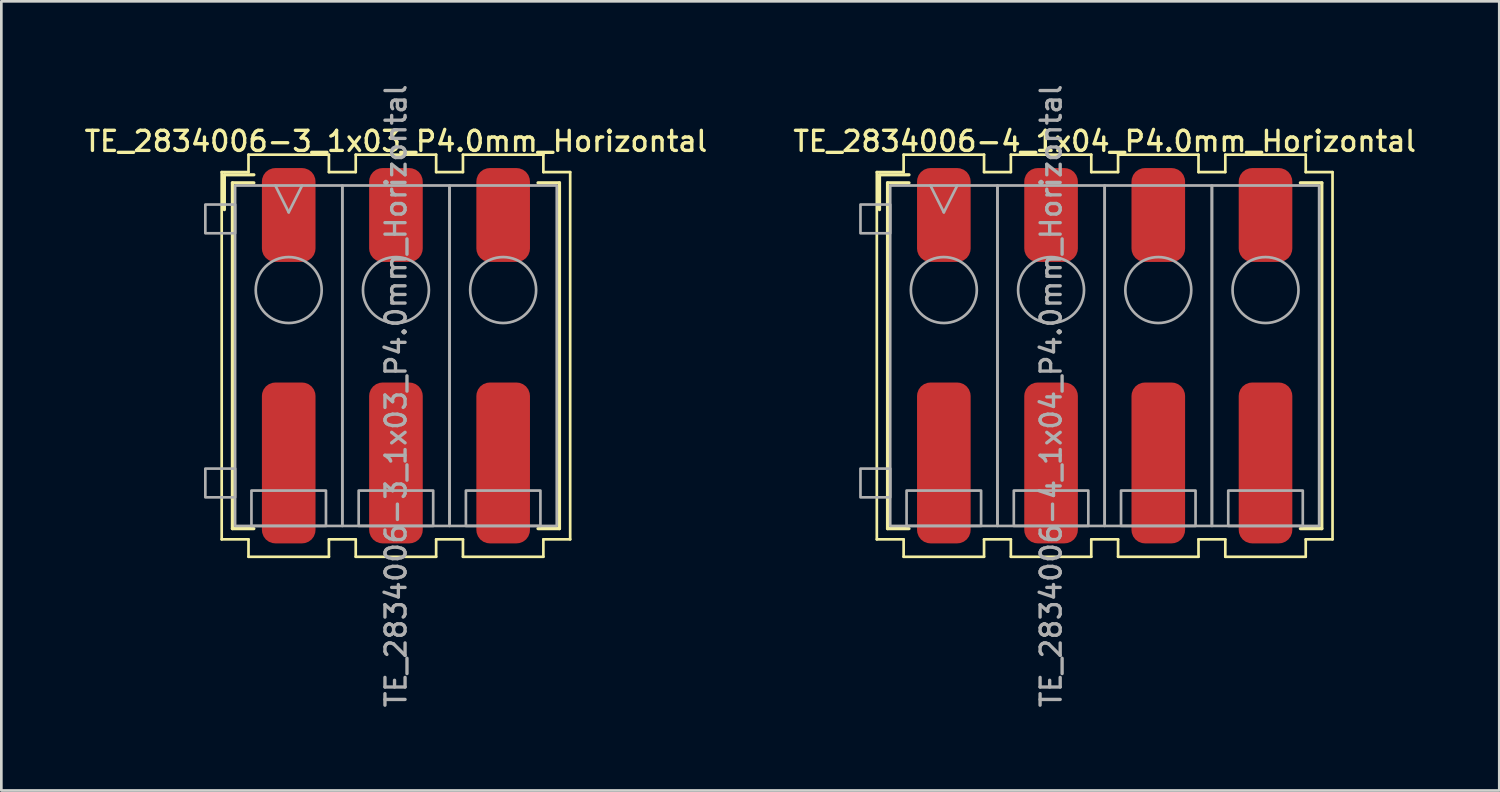
<source format=kicad_pcb>
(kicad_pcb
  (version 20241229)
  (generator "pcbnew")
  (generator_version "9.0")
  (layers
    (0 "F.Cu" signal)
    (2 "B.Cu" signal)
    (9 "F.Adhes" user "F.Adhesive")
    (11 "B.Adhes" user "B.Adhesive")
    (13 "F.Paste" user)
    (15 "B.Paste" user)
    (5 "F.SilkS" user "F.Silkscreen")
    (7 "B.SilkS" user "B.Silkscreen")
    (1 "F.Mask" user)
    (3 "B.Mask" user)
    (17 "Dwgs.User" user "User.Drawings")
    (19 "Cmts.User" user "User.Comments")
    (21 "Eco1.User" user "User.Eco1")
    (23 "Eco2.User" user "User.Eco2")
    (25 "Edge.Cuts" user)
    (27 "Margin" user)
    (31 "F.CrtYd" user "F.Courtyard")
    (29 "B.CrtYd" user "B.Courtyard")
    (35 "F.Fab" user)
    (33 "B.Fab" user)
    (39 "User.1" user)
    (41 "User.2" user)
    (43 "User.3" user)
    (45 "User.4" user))
  (footprint "TE_2834006-3_1x03_P4.0mm_Horizontal"
    (layer "F.Cu")
    (at 11.72 10.22)
    (property "Reference" "TE_2834006-3_1x03_P4.0mm_Horizontal" (at 0 -8 0) (unlocked yes) (layer "F.SilkS") (effects (font (size 0.75 0.75) (thickness 0.125))))
    (attr smd)
    (fp_line (start -6.5 -6.85) (end -6.5 6.85) (stroke (width 0.1) (type solid)) (layer "F.SilkS"))
    (fp_line (start -6.5 -6.85) (end -5.5 -6.85) (stroke (width 0.1) (type solid)) (layer "F.SilkS"))
    (fp_line (start -6.4 -6.75) (end -6.4 -5.45) (stroke (width 0.12) (type solid)) (layer "F.SilkS"))
    (fp_line (start -6.1 -6.45) (end -5.3 -6.45) (stroke (width 0.12) (type solid)) (layer "F.SilkS"))
    (fp_line (start -6.1 6.45) (end -6.1 -6.45) (stroke (width 0.12) (type solid)) (layer "F.SilkS"))
    (fp_line (start -6.1 6.45) (end -5.3 6.45) (stroke (width 0.12) (type solid)) (layer "F.SilkS"))
    (fp_line (start -5.5 -7.5) (end -2.5 -7.5) (stroke (width 0.1) (type solid)) (layer "F.SilkS"))
    (fp_line (start -5.5 -6.85) (end -5.5 -7.5) (stroke (width 0.1) (type solid)) (layer "F.SilkS"))
    (fp_line (start -5.5 6.85) (end -6.5 6.85) (stroke (width 0.1) (type solid)) (layer "F.SilkS"))
    (fp_line (start -5.5 7.5) (end -5.5 6.85) (stroke (width 0.1) (type solid)) (layer "F.SilkS"))
    (fp_line (start -5.3 -6.75) (end -6.4 -6.75) (stroke (width 0.12) (type solid)) (layer "F.SilkS"))
    (fp_line (start -2.5 -7.5) (end -2.5 -6.85) (stroke (width 0.1) (type solid)) (layer "F.SilkS"))
    (fp_line (start -2.5 -6.85) (end -1.5 -6.85) (stroke (width 0.1) (type solid)) (layer "F.SilkS"))
    (fp_line (start -2.5 6.85) (end -2.5 7.5) (stroke (width 0.1) (type solid)) (layer "F.SilkS"))
    (fp_line (start -2.5 7.5) (end -5.5 7.5) (stroke (width 0.1) (type solid)) (layer "F.SilkS"))
    (fp_line (start -1.5 -7.5) (end 1.5 -7.5) (stroke (width 0.1) (type solid)) (layer "F.SilkS"))
    (fp_line (start -1.5 -6.85) (end -1.5 -7.5) (stroke (width 0.1) (type solid)) (layer "F.SilkS"))
    (fp_line (start -1.5 6.85) (end -2.5 6.85) (stroke (width 0.1) (type solid)) (layer "F.SilkS"))
    (fp_line (start -1.5 7.5) (end -1.5 6.85) (stroke (width 0.1) (type solid)) (layer "F.SilkS"))
    (fp_line (start 1.5 -7.5) (end 1.5 -6.85) (stroke (width 0.1) (type solid)) (layer "F.SilkS"))
    (fp_line (start 1.5 -6.85) (end 2.5 -6.85) (stroke (width 0.1) (type solid)) (layer "F.SilkS"))
    (fp_line (start 1.5 6.85) (end 1.5 7.5) (stroke (width 0.1) (type solid)) (layer "F.SilkS"))
    (fp_line (start 1.5 7.5) (end -1.5 7.5) (stroke (width 0.1) (type solid)) (layer "F.SilkS"))
    (fp_line (start 2.5 -7.5) (end 5.5 -7.5) (stroke (width 0.1) (type solid)) (layer "F.SilkS"))
    (fp_line (start 2.5 -6.85) (end 2.5 -7.5) (stroke (width 0.1) (type solid)) (layer "F.SilkS"))
    (fp_line (start 2.5 6.85) (end 1.5 6.85) (stroke (width 0.1) (type solid)) (layer "F.SilkS"))
    (fp_line (start 2.5 7.5) (end 2.5 6.85) (stroke (width 0.1) (type solid)) (layer "F.SilkS"))
    (fp_line (start 5.5 -7.5) (end 5.5 -6.85) (stroke (width 0.1) (type solid)) (layer "F.SilkS"))
    (fp_line (start 5.5 -6.85) (end 6.5 -6.85) (stroke (width 0.1) (type solid)) (layer "F.SilkS"))
    (fp_line (start 5.5 6.85) (end 5.5 7.5) (stroke (width 0.1) (type solid)) (layer "F.SilkS"))
    (fp_line (start 5.5 7.5) (end 2.5 7.5) (stroke (width 0.1) (type solid)) (layer "F.SilkS"))
    (fp_line (start 6.1 -6.45) (end 5.3 -6.45) (stroke (width 0.12) (type solid)) (layer "F.SilkS"))
    (fp_line (start 6.1 -6.45) (end 6.1 6.45) (stroke (width 0.12) (type solid)) (layer "F.SilkS"))
    (fp_line (start 6.1 6.45) (end 5.3 6.45) (stroke (width 0.12) (type solid)) (layer "F.SilkS"))
    (fp_line (start 6.5 -6.85) (end 6.5 6.85) (stroke (width 0.1) (type solid)) (layer "F.SilkS"))
    (fp_line (start 6.5 6.85) (end 5.5 6.85) (stroke (width 0.1) (type solid)) (layer "F.SilkS"))
    (fp_line (start -4 -5.35) (end -4.5 -6.35) (stroke (width 0.1) (type solid)) (layer "F.Fab"))
    (fp_line (start -3.5 -6.35) (end -4 -5.35) (stroke (width 0.1) (type solid)) (layer "F.Fab"))
    (fp_rect (start -7.11 -5.64) (end -6 -4.569) (stroke (width 0.1) (type solid)) (fill no) (layer "F.Fab"))
    (fp_rect (start -7.11 4.21) (end -6 5.282) (stroke (width 0.1) (type solid)) (fill no) (layer "F.Fab"))
    (fp_rect (start -6 -6.35) (end -2 6.35) (stroke (width 0.1) (type solid)) (fill no) (layer "F.Fab"))
    (fp_rect (start -5.39 5.03) (end -2.61 6.35) (stroke (width 0.1) (type solid)) (fill no) (layer "F.Fab"))
    (fp_rect (start -2 -6.35) (end 2 6.35) (stroke (width 0.1) (type solid)) (fill no) (layer "F.Fab"))
    (fp_rect (start -1.39 5.03) (end 1.39 6.35) (stroke (width 0.1) (type solid)) (fill no) (layer "F.Fab"))
    (fp_rect (start 2 -6.35) (end 6 6.35) (stroke (width 0.1) (type solid)) (fill no) (layer "F.Fab"))
    (fp_rect (start 2.61 5.03) (end 5.39 6.35) (stroke (width 0.1) (type solid)) (fill no) (layer "F.Fab"))
    (fp_circle (center -4 -2.45) (end -2.77 -2.45) (stroke (width 0.1) (type solid)) (fill no) (layer "F.Fab"))
    (fp_circle (center 0 -2.45) (end 1.23 -2.45) (stroke (width 0.1) (type solid)) (fill no) (layer "F.Fab"))
    (fp_circle (center 4 -2.45) (end 5.23 -2.45) (stroke (width 0.1) (type solid)) (fill no) (layer "F.Fab"))
    (fp_text user "${REFERENCE}" (at 0 1.5 90) (unlocked yes) (layer "F.Fab") (effects (font (size 0.75 0.75) (thickness 0.125))))
    (pad "1" smd roundrect (at -4 -5.25) (size 2 3.5) (layers "F.Cu" "F.Mask" "F.Paste") (roundrect_rratio 0.25))
    (pad "1" smd roundrect (at -4 4) (size 2 6) (layers "F.Cu" "F.Mask" "F.Paste") (roundrect_rratio 0.25))
    (pad "2" smd roundrect (at 0 -5.25) (size 2 3.5) (layers "F.Cu" "F.Mask" "F.Paste") (roundrect_rratio 0.25))
    (pad "2" smd roundrect (at 0 4) (size 2 6) (layers "F.Cu" "F.Mask" "F.Paste") (roundrect_rratio 0.25))
    (pad "3" smd roundrect (at 4 -5.25) (size 2 3.5) (layers "F.Cu" "F.Mask" "F.Paste") (roundrect_rratio 0.25))
    (pad "3" smd roundrect (at 4 4) (size 2 6) (layers "F.Cu" "F.Mask" "F.Paste") (roundrect_rratio 0.25)))
  (footprint "TE_2834006-4_1x04_P4.0mm_Horizontal"
    (layer "F.Cu")
    (at 38.159 10.22)
    (property "Reference" "TE_2834006-4_1x04_P4.0mm_Horizontal" (at 0 -8 0) (unlocked yes) (layer "F.SilkS") (effects (font (size 0.75 0.75) (thickness 0.125))))
    (attr smd)
    (fp_line (start -8.5 -6.85) (end -8.5 6.85) (stroke (width 0.1) (type solid)) (layer "F.SilkS"))
    (fp_line (start -8.5 -6.85) (end -7.5 -6.85) (stroke (width 0.1) (type solid)) (layer "F.SilkS"))
    (fp_line (start -8.4 -6.75) (end -8.4 -5.45) (stroke (width 0.12) (type solid)) (layer "F.SilkS"))
    (fp_line (start -8.1 -6.45) (end -7.3 -6.45) (stroke (width 0.12) (type solid)) (layer "F.SilkS"))
    (fp_line (start -8.1 6.45) (end -8.1 -6.45) (stroke (width 0.12) (type solid)) (layer "F.SilkS"))
    (fp_line (start -8.1 6.45) (end -7.3 6.45) (stroke (width 0.12) (type solid)) (layer "F.SilkS"))
    (fp_line (start -7.5 -7.5) (end -4.5 -7.5) (stroke (width 0.1) (type solid)) (layer "F.SilkS"))
    (fp_line (start -7.5 -6.85) (end -7.5 -7.5) (stroke (width 0.1) (type solid)) (layer "F.SilkS"))
    (fp_line (start -7.5 6.85) (end -8.5 6.85) (stroke (width 0.1) (type solid)) (layer "F.SilkS"))
    (fp_line (start -7.5 7.5) (end -7.5 6.85) (stroke (width 0.1) (type solid)) (layer "F.SilkS"))
    (fp_line (start -7.3 -6.75) (end -8.4 -6.75) (stroke (width 0.12) (type solid)) (layer "F.SilkS"))
    (fp_line (start -4.5 -7.5) (end -4.5 -6.85) (stroke (width 0.1) (type solid)) (layer "F.SilkS"))
    (fp_line (start -4.5 -6.85) (end -3.5 -6.85) (stroke (width 0.1) (type solid)) (layer "F.SilkS"))
    (fp_line (start -4.5 6.85) (end -4.5 7.5) (stroke (width 0.1) (type solid)) (layer "F.SilkS"))
    (fp_line (start -4.5 7.5) (end -7.5 7.5) (stroke (width 0.1) (type solid)) (layer "F.SilkS"))
    (fp_line (start -3.5 -7.5) (end -0.5 -7.5) (stroke (width 0.1) (type solid)) (layer "F.SilkS"))
    (fp_line (start -3.5 -6.85) (end -3.5 -7.5) (stroke (width 0.1) (type solid)) (layer "F.SilkS"))
    (fp_line (start -3.5 6.85) (end -4.5 6.85) (stroke (width 0.1) (type solid)) (layer "F.SilkS"))
    (fp_line (start -3.5 7.5) (end -3.5 6.85) (stroke (width 0.1) (type solid)) (layer "F.SilkS"))
    (fp_line (start -0.5 -7.5) (end -0.5 -6.85) (stroke (width 0.1) (type solid)) (layer "F.SilkS"))
    (fp_line (start -0.5 -6.85) (end 0.5 -6.85) (stroke (width 0.1) (type solid)) (layer "F.SilkS"))
    (fp_line (start -0.5 6.85) (end -0.5 7.5) (stroke (width 0.1) (type solid)) (layer "F.SilkS"))
    (fp_line (start -0.5 7.5) (end -3.5 7.5) (stroke (width 0.1) (type solid)) (layer "F.SilkS"))
    (fp_line (start 0.5 -7.5) (end 3.5 -7.5) (stroke (width 0.1) (type solid)) (layer "F.SilkS"))
    (fp_line (start 0.5 -6.85) (end 0.5 -7.5) (stroke (width 0.1) (type solid)) (layer "F.SilkS"))
    (fp_line (start 0.5 6.85) (end -0.5 6.85) (stroke (width 0.1) (type solid)) (layer "F.SilkS"))
    (fp_line (start 0.5 7.5) (end 0.5 6.85) (stroke (width 0.1) (type solid)) (layer "F.SilkS"))
    (fp_line (start 3.5 -7.5) (end 3.5 -6.85) (stroke (width 0.1) (type solid)) (layer "F.SilkS"))
    (fp_line (start 3.5 -6.85) (end 4.5 -6.85) (stroke (width 0.1) (type solid)) (layer "F.SilkS"))
    (fp_line (start 3.5 6.85) (end 3.5 7.5) (stroke (width 0.1) (type solid)) (layer "F.SilkS"))
    (fp_line (start 3.5 7.5) (end 0.5 7.5) (stroke (width 0.1) (type solid)) (layer "F.SilkS"))
    (fp_line (start 4.5 -7.5) (end 7.5 -7.5) (stroke (width 0.1) (type solid)) (layer "F.SilkS"))
    (fp_line (start 4.5 -6.85) (end 4.5 -7.5) (stroke (width 0.1) (type solid)) (layer "F.SilkS"))
    (fp_line (start 4.5 6.85) (end 3.5 6.85) (stroke (width 0.1) (type solid)) (layer "F.SilkS"))
    (fp_line (start 4.5 7.5) (end 4.5 6.85) (stroke (width 0.1) (type solid)) (layer "F.SilkS"))
    (fp_line (start 7.5 -7.5) (end 7.5 -6.85) (stroke (width 0.1) (type solid)) (layer "F.SilkS"))
    (fp_line (start 7.5 -6.85) (end 8.5 -6.85) (stroke (width 0.1) (type solid)) (layer "F.SilkS"))
    (fp_line (start 7.5 6.85) (end 7.5 7.5) (stroke (width 0.1) (type solid)) (layer "F.SilkS"))
    (fp_line (start 7.5 7.5) (end 4.5 7.5) (stroke (width 0.1) (type solid)) (layer "F.SilkS"))
    (fp_line (start 8.1 -6.45) (end 7.3 -6.45) (stroke (width 0.12) (type solid)) (layer "F.SilkS"))
    (fp_line (start 8.1 -6.45) (end 8.1 6.45) (stroke (width 0.12) (type solid)) (layer "F.SilkS"))
    (fp_line (start 8.1 6.45) (end 7.3 6.45) (stroke (width 0.12) (type solid)) (layer "F.SilkS"))
    (fp_line (start 8.5 -6.85) (end 8.5 6.85) (stroke (width 0.1) (type solid)) (layer "F.SilkS"))
    (fp_line (start 8.5 6.85) (end 7.5 6.85) (stroke (width 0.1) (type solid)) (layer "F.SilkS"))
    (fp_line (start -6 -5.35) (end -6.5 -6.35) (stroke (width 0.1) (type solid)) (layer "F.Fab"))
    (fp_line (start -5.5 -6.35) (end -6 -5.35) (stroke (width 0.1) (type solid)) (layer "F.Fab"))
    (fp_rect (start -9.11 -5.64) (end -8 -4.569) (stroke (width 0.1) (type solid)) (fill no) (layer "F.Fab"))
    (fp_rect (start -9.11 4.21) (end -8 5.282) (stroke (width 0.1) (type solid)) (fill no) (layer "F.Fab"))
    (fp_rect (start -8 -6.35) (end -4 6.35) (stroke (width 0.1) (type solid)) (fill no) (layer "F.Fab"))
    (fp_rect (start -7.39 5.03) (end -4.61 6.35) (stroke (width 0.1) (type solid)) (fill no) (layer "F.Fab"))
    (fp_rect (start -4 -6.35) (end 0 6.35) (stroke (width 0.1) (type solid)) (fill no) (layer "F.Fab"))
    (fp_rect (start -3.39 5.03) (end -0.61 6.35) (stroke (width 0.1) (type solid)) (fill no) (layer "F.Fab"))
    (fp_rect (start 0 -6.35) (end 4 6.35) (stroke (width 0.1) (type solid)) (fill no) (layer "F.Fab"))
    (fp_rect (start 0.61 5.03) (end 3.39 6.35) (stroke (width 0.1) (type solid)) (fill no) (layer "F.Fab"))
    (fp_rect (start 4 -6.35) (end 8 6.35) (stroke (width 0.1) (type solid)) (fill no) (layer "F.Fab"))
    (fp_rect (start 4.61 5.03) (end 7.39 6.35) (stroke (width 0.1) (type solid)) (fill no) (layer "F.Fab"))
    (fp_circle (center -6 -2.45) (end -4.77 -2.45) (stroke (width 0.1) (type solid)) (fill no) (layer "F.Fab"))
    (fp_circle (center -2 -2.45) (end -0.77 -2.45) (stroke (width 0.1) (type solid)) (fill no) (layer "F.Fab"))
    (fp_circle (center 2 -2.45) (end 3.23 -2.45) (stroke (width 0.1) (type solid)) (fill no) (layer "F.Fab"))
    (fp_circle (center 6 -2.45) (end 7.23 -2.45) (stroke (width 0.1) (type solid)) (fill no) (layer "F.Fab"))
    (fp_text user "${REFERENCE}" (at -2 1.5 90) (unlocked yes) (layer "F.Fab") (effects (font (size 0.75 0.75) (thickness 0.125))))
    (pad "1" smd roundrect (at -6 -5.25) (size 2 3.5) (layers "F.Cu" "F.Mask" "F.Paste") (roundrect_rratio 0.25))
    (pad "1" smd roundrect (at -6 4) (size 2 6) (layers "F.Cu" "F.Mask" "F.Paste") (roundrect_rratio 0.25))
    (pad "2" smd roundrect (at -2 -5.25) (size 2 3.5) (layers "F.Cu" "F.Mask" "F.Paste") (roundrect_rratio 0.25))
    (pad "2" smd roundrect (at -2 4) (size 2 6) (layers "F.Cu" "F.Mask" "F.Paste") (roundrect_rratio 0.25))
    (pad "3" smd roundrect (at 2 -5.25) (size 2 3.5) (layers "F.Cu" "F.Mask" "F.Paste") (roundrect_rratio 0.25))
    (pad "3" smd roundrect (at 2 4) (size 2 6) (layers "F.Cu" "F.Mask" "F.Paste") (roundrect_rratio 0.25))
    (pad "4" smd roundrect (at 6 -5.25) (size 2 3.5) (layers "F.Cu" "F.Mask" "F.Paste") (roundrect_rratio 0.25))
    (pad "4" smd roundrect (at 6 4) (size 2 6) (layers "F.Cu" "F.Mask" "F.Paste") (roundrect_rratio 0.25)))
  (gr_rect
    (start -3 -3)
    (end 52.879 26.439)
    (stroke (width 0.1) (type default))
    (fill no)
    (layer "Edge.Cuts")))
</source>
